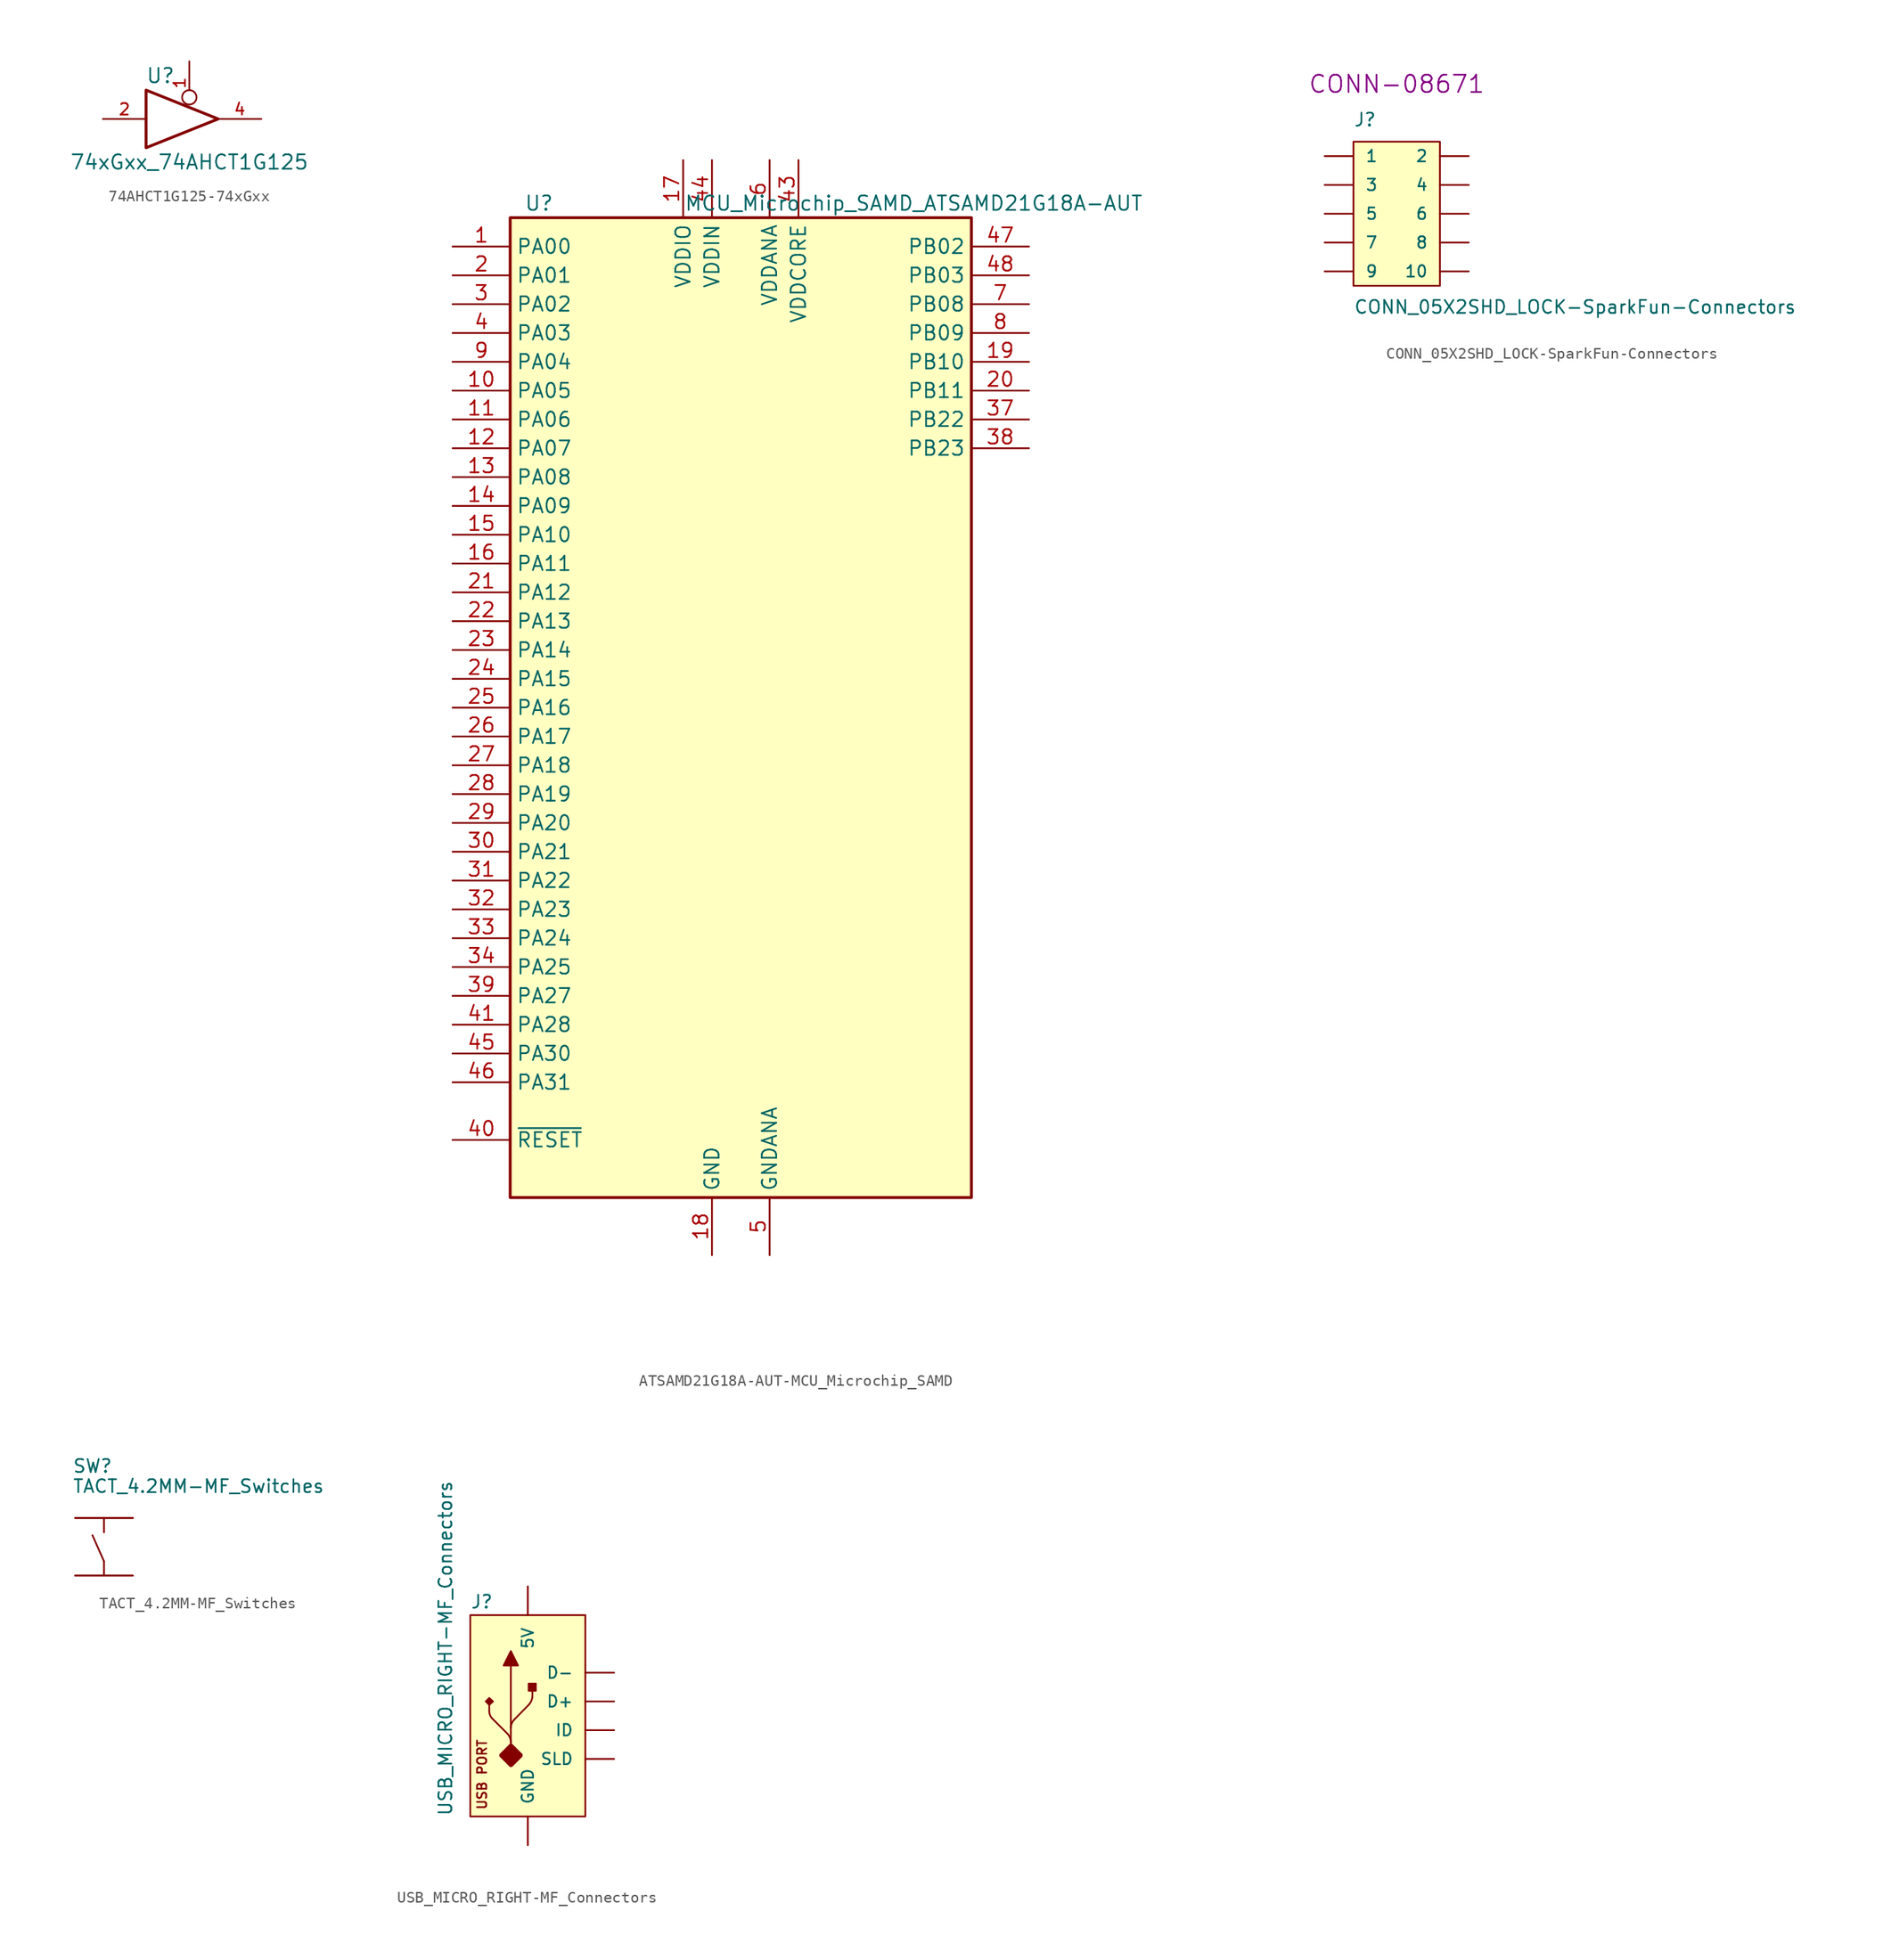
<source format=kicad_sym>
(kicad_symbol_lib
  (version 20220914)
  (generator kicad_symbol_editor)
  (symbol "74AHCT1G125-74xGxx"
    (pin_names
      (offset 1.016))
    (property "Reference" "U"
      (at -2.54 3.81 0)
      (effects (font (size 1.27 1.27))))
    (property "Value" "74xGxx_74AHCT1G125"
      (at 0 -3.81 0)
      (effects (font (size 1.27 1.27))))
    (symbol "74AHCT1G125-74xGxx_0_1"
      (polyline (pts (xy -3.81 2.54) (xy -3.81 -2.54) (xy 2.54 0) (xy -3.81 2.54)) (stroke (width 0.254) (type solid)) (fill (type none))))
    (symbol "74AHCT1G125-74xGxx_1_1"
      (pin input inverted (at 0 5.08 270) (length 3.81) (name "~" (effects (font (size 1.016 1.016)))) (number "1" (effects (font (size 1.016 1.016)))))
      (pin input line (at -7.62 0 0) (length 3.81) (name "~" (effects (font (size 1.016 1.016)))) (number "2" (effects (font (size 1.016 1.016)))))
      (pin power_in line (at 1.27 -1.27 270) (length 0) hide (name "GND" (effects (font (size 1.016 1.016)))) (number "3" (effects (font (size 1.016 1.016)))))
      (pin tri_state line (at 6.35 0 180) (length 3.81) (name "~" (effects (font (size 1.016 1.016)))) (number "4" (effects (font (size 1.016 1.016)))))
      (pin power_in line (at 1.27 1.27 90) (length 0) hide (name "VCC" (effects (font (size 1.016 1.016)))) (number "5" (effects (font (size 1.016 1.016)))))))
  (symbol "ATSAMD21G18A-AUT-MCU_Microchip_SAMD"
    (property "Reference" "U"
      (at -17.78 44.45 0)
      (effects (font (size 1.27 1.27))))
    (property "Value" "MCU_Microchip_SAMD_ATSAMD21G18A-AUT"
      (at 15.24 44.45 0)
      (effects (font (size 1.27 1.27))))
    (symbol "ATSAMD21G18A-AUT-MCU_Microchip_SAMD_0_1"
      (rectangle (start -20.32 43.18) (end 20.32 -43.18) (stroke (width 0.254) (type solid)) (fill (type background))))
    (symbol "ATSAMD21G18A-AUT-MCU_Microchip_SAMD_1_1"
      (pin bidirectional line (at -25.4 40.64 0) (length 5.08) (name "PA00" (effects (font (size 1.27 1.27)))) (number "1" (effects (font (size 1.27 1.27)))))
      (pin bidirectional line (at -25.4 27.94 0) (length 5.08) (name "PA05" (effects (font (size 1.27 1.27)))) (number "10" (effects (font (size 1.27 1.27)))))
      (pin bidirectional line (at -25.4 25.4 0) (length 5.08) (name "PA06" (effects (font (size 1.27 1.27)))) (number "11" (effects (font (size 1.27 1.27)))))
      (pin bidirectional line (at -25.4 22.86 0) (length 5.08) (name "PA07" (effects (font (size 1.27 1.27)))) (number "12" (effects (font (size 1.27 1.27)))))
      (pin bidirectional line (at -25.4 20.32 0) (length 5.08) (name "PA08" (effects (font (size 1.27 1.27)))) (number "13" (effects (font (size 1.27 1.27)))))
      (pin bidirectional line (at -25.4 17.78 0) (length 5.08) (name "PA09" (effects (font (size 1.27 1.27)))) (number "14" (effects (font (size 1.27 1.27)))))
      (pin bidirectional line (at -25.4 15.24 0) (length 5.08) (name "PA10" (effects (font (size 1.27 1.27)))) (number "15" (effects (font (size 1.27 1.27)))))
      (pin bidirectional line (at -25.4 12.7 0) (length 5.08) (name "PA11" (effects (font (size 1.27 1.27)))) (number "16" (effects (font (size 1.27 1.27)))))
      (pin power_in line (at -5.08 48.26 270) (length 5.08) (name "VDDIO" (effects (font (size 1.27 1.27)))) (number "17" (effects (font (size 1.27 1.27)))))
      (pin power_in line (at -2.54 -48.26 90) (length 5.08) (name "GND" (effects (font (size 1.27 1.27)))) (number "18" (effects (font (size 1.27 1.27)))))
      (pin bidirectional line (at 25.4 30.48 180) (length 5.08) (name "PB10" (effects (font (size 1.27 1.27)))) (number "19" (effects (font (size 1.27 1.27)))))
      (pin bidirectional line (at -25.4 38.1 0) (length 5.08) (name "PA01" (effects (font (size 1.27 1.27)))) (number "2" (effects (font (size 1.27 1.27)))))
      (pin bidirectional line (at 25.4 27.94 180) (length 5.08) (name "PB11" (effects (font (size 1.27 1.27)))) (number "20" (effects (font (size 1.27 1.27)))))
      (pin bidirectional line (at -25.4 10.16 0) (length 5.08) (name "PA12" (effects (font (size 1.27 1.27)))) (number "21" (effects (font (size 1.27 1.27)))))
      (pin bidirectional line (at -25.4 7.62 0) (length 5.08) (name "PA13" (effects (font (size 1.27 1.27)))) (number "22" (effects (font (size 1.27 1.27)))))
      (pin bidirectional line (at -25.4 5.08 0) (length 5.08) (name "PA14" (effects (font (size 1.27 1.27)))) (number "23" (effects (font (size 1.27 1.27)))))
      (pin bidirectional line (at -25.4 2.54 0) (length 5.08) (name "PA15" (effects (font (size 1.27 1.27)))) (number "24" (effects (font (size 1.27 1.27)))))
      (pin bidirectional line (at -25.4 0 0) (length 5.08) (name "PA16" (effects (font (size 1.27 1.27)))) (number "25" (effects (font (size 1.27 1.27)))))
      (pin bidirectional line (at -25.4 -2.54 0) (length 5.08) (name "PA17" (effects (font (size 1.27 1.27)))) (number "26" (effects (font (size 1.27 1.27)))))
      (pin bidirectional line (at -25.4 -5.08 0) (length 5.08) (name "PA18" (effects (font (size 1.27 1.27)))) (number "27" (effects (font (size 1.27 1.27)))))
      (pin bidirectional line (at -25.4 -7.62 0) (length 5.08) (name "PA19" (effects (font (size 1.27 1.27)))) (number "28" (effects (font (size 1.27 1.27)))))
      (pin bidirectional line (at -25.4 -10.16 0) (length 5.08) (name "PA20" (effects (font (size 1.27 1.27)))) (number "29" (effects (font (size 1.27 1.27)))))
      (pin bidirectional line (at -25.4 35.56 0) (length 5.08) (name "PA02" (effects (font (size 1.27 1.27)))) (number "3" (effects (font (size 1.27 1.27)))))
      (pin bidirectional line (at -25.4 -12.7 0) (length 5.08) (name "PA21" (effects (font (size 1.27 1.27)))) (number "30" (effects (font (size 1.27 1.27)))))
      (pin bidirectional line (at -25.4 -15.24 0) (length 5.08) (name "PA22" (effects (font (size 1.27 1.27)))) (number "31" (effects (font (size 1.27 1.27)))))
      (pin bidirectional line (at -25.4 -17.78 0) (length 5.08) (name "PA23" (effects (font (size 1.27 1.27)))) (number "32" (effects (font (size 1.27 1.27)))))
      (pin bidirectional line (at -25.4 -20.32 0) (length 5.08) (name "PA24" (effects (font (size 1.27 1.27)))) (number "33" (effects (font (size 1.27 1.27)))))
      (pin bidirectional line (at -25.4 -22.86 0) (length 5.08) (name "PA25" (effects (font (size 1.27 1.27)))) (number "34" (effects (font (size 1.27 1.27)))))
      (pin passive line (at -2.54 -48.26 90) (length 5.08) hide (name "GND" (effects (font (size 1.27 1.27)))) (number "35" (effects (font (size 1.27 1.27)))))
      (pin passive line (at -5.08 48.26 270) (length 5.08) hide (name "VDDIO" (effects (font (size 1.27 1.27)))) (number "36" (effects (font (size 1.27 1.27)))))
      (pin bidirectional line (at 25.4 25.4 180) (length 5.08) (name "PB22" (effects (font (size 1.27 1.27)))) (number "37" (effects (font (size 1.27 1.27)))))
      (pin bidirectional line (at 25.4 22.86 180) (length 5.08) (name "PB23" (effects (font (size 1.27 1.27)))) (number "38" (effects (font (size 1.27 1.27)))))
      (pin bidirectional line (at -25.4 -25.4 0) (length 5.08) (name "PA27" (effects (font (size 1.27 1.27)))) (number "39" (effects (font (size 1.27 1.27)))))
      (pin bidirectional line (at -25.4 33.02 0) (length 5.08) (name "PA03" (effects (font (size 1.27 1.27)))) (number "4" (effects (font (size 1.27 1.27)))))
      (pin input line (at -25.4 -38.1 0) (length 5.08) (name "~{RESET}" (effects (font (size 1.27 1.27)))) (number "40" (effects (font (size 1.27 1.27)))))
      (pin bidirectional line (at -25.4 -27.94 0) (length 5.08) (name "PA28" (effects (font (size 1.27 1.27)))) (number "41" (effects (font (size 1.27 1.27)))))
      (pin passive line (at -2.54 -48.26 90) (length 5.08) hide (name "GND" (effects (font (size 1.27 1.27)))) (number "42" (effects (font (size 1.27 1.27)))))
      (pin power_out line (at 5.08 48.26 270) (length 5.08) (name "VDDCORE" (effects (font (size 1.27 1.27)))) (number "43" (effects (font (size 1.27 1.27)))))
      (pin power_in line (at -2.54 48.26 270) (length 5.08) (name "VDDIN" (effects (font (size 1.27 1.27)))) (number "44" (effects (font (size 1.27 1.27)))))
      (pin bidirectional line (at -25.4 -30.48 0) (length 5.08) (name "PA30" (effects (font (size 1.27 1.27)))) (number "45" (effects (font (size 1.27 1.27)))))
      (pin bidirectional line (at -25.4 -33.02 0) (length 5.08) (name "PA31" (effects (font (size 1.27 1.27)))) (number "46" (effects (font (size 1.27 1.27)))))
      (pin bidirectional line (at 25.4 40.64 180) (length 5.08) (name "PB02" (effects (font (size 1.27 1.27)))) (number "47" (effects (font (size 1.27 1.27)))))
      (pin bidirectional line (at 25.4 38.1 180) (length 5.08) (name "PB03" (effects (font (size 1.27 1.27)))) (number "48" (effects (font (size 1.27 1.27)))))
      (pin power_in line (at 2.54 -48.26 90) (length 5.08) (name "GNDANA" (effects (font (size 1.27 1.27)))) (number "5" (effects (font (size 1.27 1.27)))))
      (pin power_in line (at 2.54 48.26 270) (length 5.08) (name "VDDANA" (effects (font (size 1.27 1.27)))) (number "6" (effects (font (size 1.27 1.27)))))
      (pin bidirectional line (at 25.4 35.56 180) (length 5.08) (name "PB08" (effects (font (size 1.27 1.27)))) (number "7" (effects (font (size 1.27 1.27)))))
      (pin bidirectional line (at 25.4 33.02 180) (length 5.08) (name "PB09" (effects (font (size 1.27 1.27)))) (number "8" (effects (font (size 1.27 1.27)))))
      (pin bidirectional line (at -25.4 30.48 0) (length 5.08) (name "PA04" (effects (font (size 1.27 1.27)))) (number "9" (effects (font (size 1.27 1.27)))))))
  (symbol "CONN_05X2SHD_LOCK-SparkFun-Connectors"
    (pin_numbers hide)
    (pin_names
      (offset 1.016))
    (property "Reference" "J"
      (at -3.81 7.62 0)
      (effects (font (size 1.143 1.143)) (justify left bottom)))
    (property "Value" "CONN_05X2SHD_LOCK-SparkFun-Connectors"
      (at -3.81 -8.89 0)
      (effects (font (size 1.143 1.143)) (justify left bottom)))
    (property "Field4" "CONN-08671"
      (at 0 11.43 0)
      (effects (font (size 1.524 1.524))))
    (property "ki_locked" ""
      (at 0 0 0)
      (effects (font (size 1.27 1.27))))
    (symbol "CONN_05X2SHD_LOCK-SparkFun-Connectors_0_1"
      (rectangle (start 3.81 -6.35) (end -3.81 6.35) (stroke (width 0) (type solid)) (fill (type background))))
    (symbol "CONN_05X2SHD_LOCK-SparkFun-Connectors_1_1"
      (pin passive line (at -6.35 5.08 0) (length 2.54) (name "1" (effects (font (size 1.016 1.016)))) (number "1" (effects (font (size 1.016 1.016)))))
      (pin passive line (at 6.35 -5.08 180) (length 2.54) (name "10" (effects (font (size 1.016 1.016)))) (number "10" (effects (font (size 1.016 1.016)))))
      (pin passive line (at 6.35 5.08 180) (length 2.54) (name "2" (effects (font (size 1.016 1.016)))) (number "2" (effects (font (size 1.016 1.016)))))
      (pin passive line (at -6.35 2.54 0) (length 2.54) (name "3" (effects (font (size 1.016 1.016)))) (number "3" (effects (font (size 1.016 1.016)))))
      (pin passive line (at 6.35 2.54 180) (length 2.54) (name "4" (effects (font (size 1.016 1.016)))) (number "4" (effects (font (size 1.016 1.016)))))
      (pin passive line (at -6.35 0 0) (length 2.54) (name "5" (effects (font (size 1.016 1.016)))) (number "5" (effects (font (size 1.016 1.016)))))
      (pin passive line (at 6.35 0 180) (length 2.54) (name "6" (effects (font (size 1.016 1.016)))) (number "6" (effects (font (size 1.016 1.016)))))
      (pin passive line (at -6.35 -2.54 0) (length 2.54) (name "7" (effects (font (size 1.016 1.016)))) (number "7" (effects (font (size 1.016 1.016)))))
      (pin passive line (at 6.35 -2.54 180) (length 2.54) (name "8" (effects (font (size 1.016 1.016)))) (number "8" (effects (font (size 1.016 1.016)))))
      (pin passive line (at -6.35 -5.08 0) (length 2.54) (name "9" (effects (font (size 1.016 1.016)))) (number "9" (effects (font (size 1.016 1.016)))))))
  (symbol "TACT_4.2MM-MF_Switches"
    (pin_numbers hide)
    (pin_names
      (offset 1.016) hide)
    (property "Reference" "SW"
      (at -2.794 7.112 0)
      (effects (font (size 1.143 1.143)) (justify left)))
    (property "Value" "TACT_4.2MM-MF_Switches"
      (at -2.794 5.334 0)
      (effects (font (size 1.143 1.143)) (justify left)))
    (property "ki_locked" ""
      (at 0 0 0)
      (effects (font (size 1.27 1.27))))
    (symbol "TACT_4.2MM-MF_Switches_1_0"
      (polyline (pts (xy -2.54 2.54) (xy 0 2.54)) (stroke (width 0) (type solid)) (fill (type none)))
      (polyline (pts (xy 0 -2.54) (xy -2.54 -2.54)) (stroke (width 0) (type solid)) (fill (type none)))
      (polyline (pts (xy 0 -2.54) (xy 0 -1.27)) (stroke (width 0) (type solid)) (fill (type none)))
      (polyline (pts (xy 0 -1.27) (xy -1.016 1.016)) (stroke (width 0) (type solid)) (fill (type none)))
      (polyline (pts (xy 0 2.54) (xy 0 1.27)) (stroke (width 0) (type solid)) (fill (type none)))
      (polyline (pts (xy 0 2.54) (xy 2.54 2.54)) (stroke (width 0) (type solid)) (fill (type none)))
      (polyline (pts (xy 2.54 -2.54) (xy 0 -2.54)) (stroke (width 0) (type solid)) (fill (type none))))
    (symbol "TACT_4.2MM-MF_Switches_1_1"
      (pin bidirectional line (at -2.54 2.54 0) (length 2.54) (name "1" (effects (font (size 1.016 1.016)))) (number "1" (effects (font (size 1.016 1.016)))))
      (pin bidirectional line (at 2.54 2.54 180) (length 2.54) (name "2" (effects (font (size 1.016 1.016)))) (number "2" (effects (font (size 1.016 1.016)))))
      (pin bidirectional line (at -2.54 -2.54 0) (length 2.54) (name "3" (effects (font (size 1.016 1.016)))) (number "3" (effects (font (size 1.016 1.016)))))
      (pin bidirectional line (at 2.54 -2.54 180) (length 2.54) (name "4" (effects (font (size 1.016 1.016)))) (number "4" (effects (font (size 1.016 1.016)))))))
  (symbol "USB_MICRO_RIGHT-MF_Connectors"
    (pin_numbers hide)
    (pin_names
      (offset 1.016))
    (property "Reference" "J"
      (at -5.08 8.128 0)
      (effects (font (size 1.143 1.143)) (justify left bottom)))
    (property "Value" "USB_MICRO_RIGHT-MF_Connectors"
      (at -6.604 -10.16 90)
      (effects (font (size 1.143 1.143)) (justify left bottom)))
    (property "Datasheet" ""
      (at -0.229 0 0)
      (effects (font (size 1.524 1.524))))
    (symbol "USB_MICRO_RIGHT-MF_Connectors_0_1"
      (rectangle (start -5.08 7.62) (end 5.08 -10.16) (stroke (width 0) (type solid)) (fill (type background))))
    (symbol "USB_MICRO_RIGHT-MF_Connectors_1_0"
      (polyline (pts (xy -3.404 0) (xy -3.404 -0.838)) (stroke (width 0) (type solid)) (fill (type none)))
      (polyline (pts (xy -3.099 -1.549) (xy -1.778 -2.87)) (stroke (width 0) (type solid)) (fill (type none)))
      (polyline (pts (xy -1.499 -3.81) (xy -1.499 -3.581)) (stroke (width 0) (type solid)) (fill (type none)))
      (polyline (pts (xy -1.499 -3.581) (xy -1.499 -2.311)) (stroke (width 0) (type solid)) (fill (type none)))
      (polyline (pts (xy -1.499 -2.311) (xy -1.499 3.175)) (stroke (width 0) (type solid)) (fill (type none)))
      (polyline (pts (xy 0.102 -0.279) (xy -1.194 -1.6)) (stroke (width 0) (type solid)) (fill (type none)))
      (polyline (pts (xy 0.406 1.27) (xy 0.406 0.406)) (stroke (width 0) (type solid)) (fill (type none)))
      (text "USB PORT" (at -4.039 -6.452 900) (effects (font (size 0.813 0.813)))))
    (symbol "USB_MICRO_RIGHT-MF_Connectors_1_1"
      (arc (start -3.4036 -0.8382) (mid -3.3263 -1.227) (end -3.0988 -1.5494) (stroke (width 0) (type solid)) (fill (type none)))
      (arc (start -1.4986 -3.5814) (mid -1.5726 -3.2008) (end -1.778 -2.8702) (stroke (width 0) (type solid)) (fill (type none)))
      (arc (start -1.1938 -1.6002) (mid -1.4118 -1.9265) (end -1.4986 -2.3114) (stroke (width 0) (type solid)) (fill (type none)))
      (polyline (pts (xy -2.134 3.175) (xy -1.499 4.445) (xy -1.499 4.445) (xy -0.864 3.175) (xy -0.864 3.175) (xy -2.134 3.175)) (stroke (width 0) (type solid)) (fill (type outline)))
      (polyline (pts (xy -3.404 0.305) (xy -3.073 0) (xy -3.073 0) (xy -3.404 -0.305) (xy -3.404 -0.305) (xy -3.708 0) (xy -3.708 0) (xy -3.404 0.305)) (stroke (width 0) (type solid)) (fill (type outline)))
      (polyline (pts (xy 0.076 1.575) (xy 0.076 0.94) (xy 0.076 0.94) (xy 0.711 0.94) (xy 0.711 0.94) (xy 0.711 1.575) (xy 0.711 1.575) (xy 0.076 1.575)) (stroke (width 0) (type solid)) (fill (type outline)))
      (polyline (pts (xy -1.422 -5.715) (xy -1.549 -5.715) (xy -1.549 -5.715) (xy -2.438 -4.826) (xy -2.438 -4.826) (xy -2.438 -4.699) (xy -2.438 -4.699) (xy -1.549 -3.81) (xy -1.549 -3.81) (xy -1.422 -3.81) (xy -1.422 -3.81) (xy -0.533 -4.699) (xy -0.533 -4.699) (xy -0.533 -4.826) (xy -0.533 -4.826) (xy -1.422 -5.715)) (stroke (width 0) (type solid)) (fill (type outline)))
      (arc (start 0.1016 -0.2794) (mid 0.3066 0.0366) (end 0.4064 0.4064) (stroke (width 0) (type solid)) (fill (type none)))
      (pin power_in line (at 0 10.16 270) (length 2.54) (name "5V" (effects (font (size 1.016 1.016)))) (number "1" (effects (font (size 1.016 1.016)))))
      (pin bidirectional line (at 7.62 2.54 180) (length 2.54) (name "D-" (effects (font (size 1.016 1.016)))) (number "2" (effects (font (size 1.016 1.016)))))
      (pin bidirectional line (at 7.62 0 180) (length 2.54) (name "D+" (effects (font (size 1.016 1.016)))) (number "3" (effects (font (size 1.016 1.016)))))
      (pin bidirectional line (at 7.62 -2.54 180) (length 2.54) (name "ID" (effects (font (size 1.016 1.016)))) (number "4" (effects (font (size 1.016 1.016)))))
      (pin power_in line (at 0 -12.7 90) (length 2.54) (name "GND" (effects (font (size 1.016 1.016)))) (number "5" (effects (font (size 1.016 1.016)))))
      (pin power_in line (at 7.62 -5.08 180) (length 2.54) (name "SLD" (effects (font (size 1.016 1.016)))) (number "S1" (effects (font (size 1.016 1.016)))))
      (pin power_in line (at 7.62 -5.08 180) (length 2.54) hide (name "SLD" (effects (font (size 1.016 1.016)))) (number "S2" (effects (font (size 1.016 1.016)))))
      (pin power_in line (at 7.62 -5.08 180) (length 2.54) hide (name "SLD" (effects (font (size 1.016 1.016)))) (number "S3" (effects (font (size 1.016 1.016)))))
      (pin power_in line (at 7.62 -5.08 180) (length 2.54) hide (name "SLD" (effects (font (size 1.016 1.016)))) (number "S4" (effects (font (size 1.016 1.016)))))
      (pin power_in line (at 7.62 -5.08 180) (length 2.54) hide (name "SLD" (effects (font (size 1.016 1.016)))) (number "S5" (effects (font (size 1.016 1.016)))))
      (pin power_in line (at 7.62 -5.08 180) (length 2.54) hide (name "SLD" (effects (font (size 1.016 1.016)))) (number "S6" (effects (font (size 1.016 1.016))))))))
</source>
